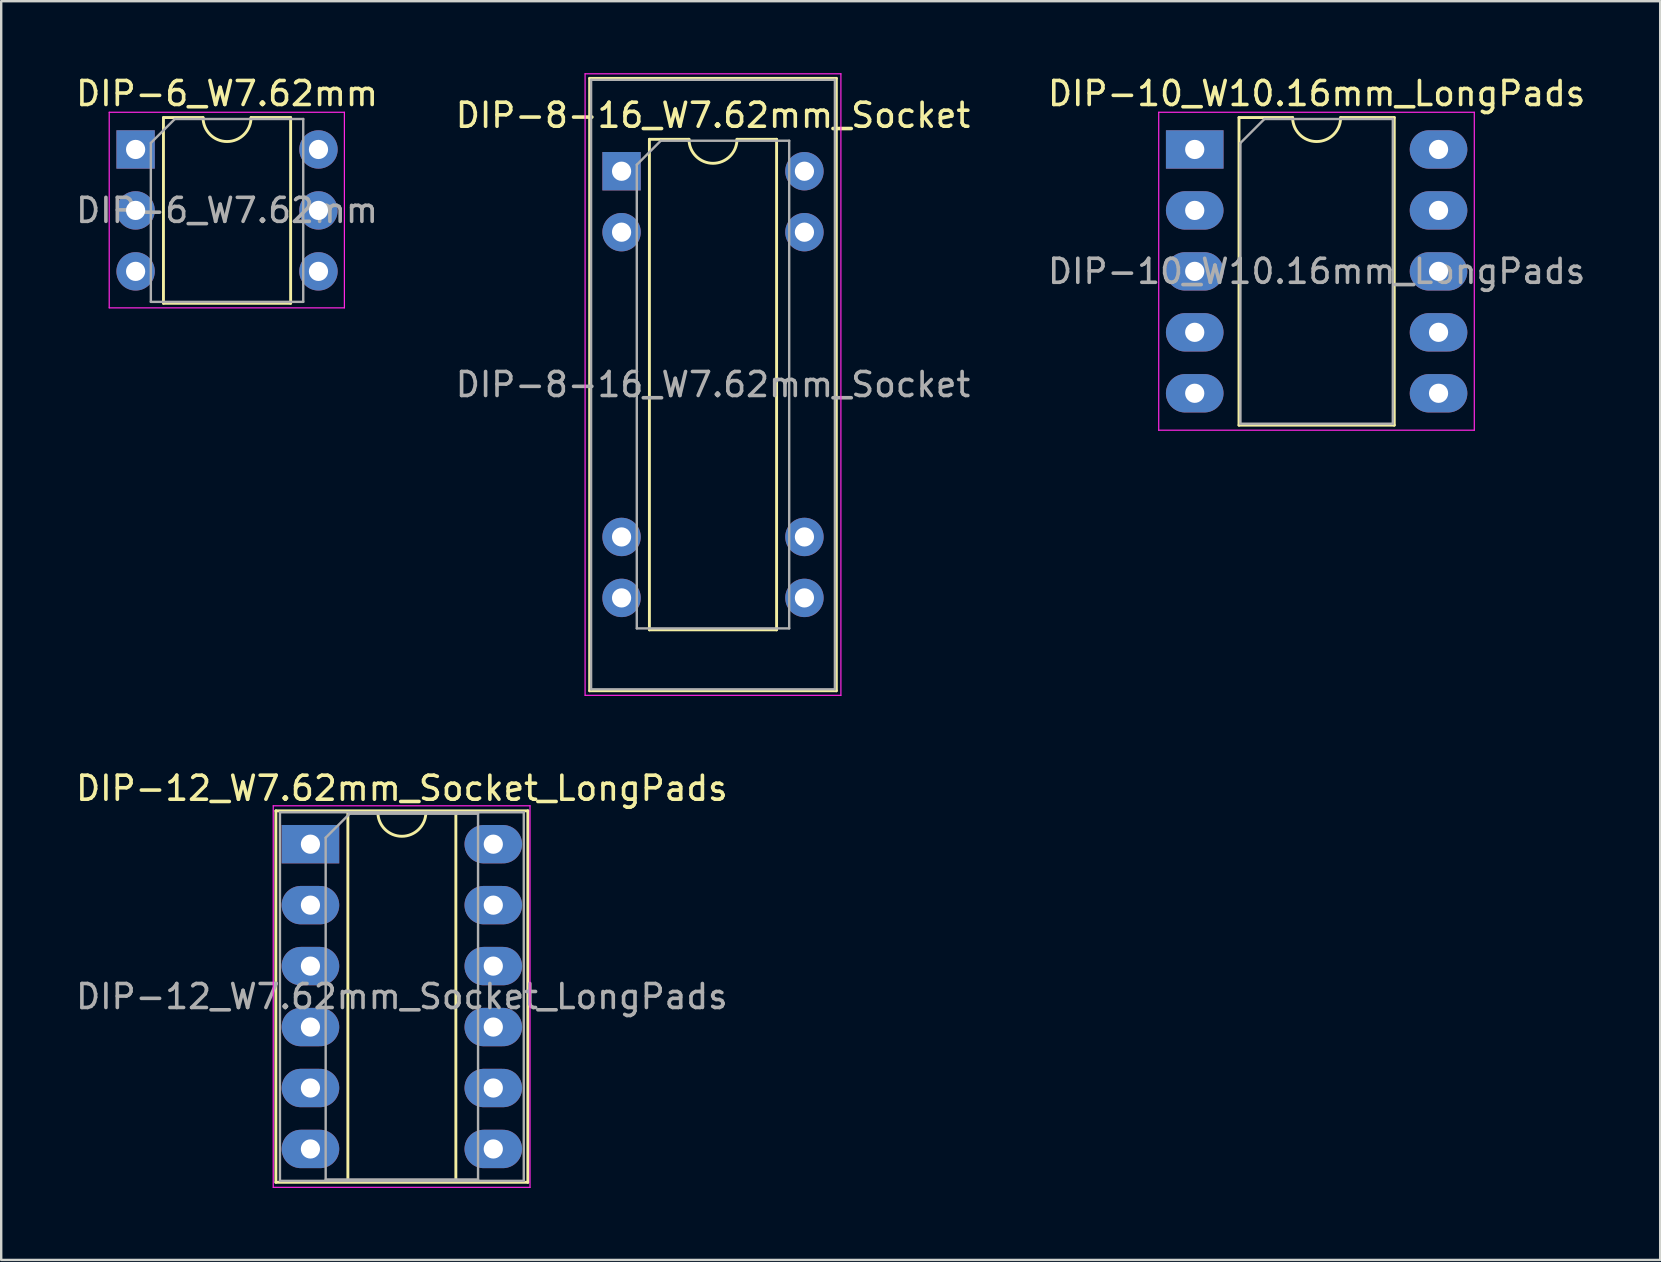
<source format=kicad_pcb>
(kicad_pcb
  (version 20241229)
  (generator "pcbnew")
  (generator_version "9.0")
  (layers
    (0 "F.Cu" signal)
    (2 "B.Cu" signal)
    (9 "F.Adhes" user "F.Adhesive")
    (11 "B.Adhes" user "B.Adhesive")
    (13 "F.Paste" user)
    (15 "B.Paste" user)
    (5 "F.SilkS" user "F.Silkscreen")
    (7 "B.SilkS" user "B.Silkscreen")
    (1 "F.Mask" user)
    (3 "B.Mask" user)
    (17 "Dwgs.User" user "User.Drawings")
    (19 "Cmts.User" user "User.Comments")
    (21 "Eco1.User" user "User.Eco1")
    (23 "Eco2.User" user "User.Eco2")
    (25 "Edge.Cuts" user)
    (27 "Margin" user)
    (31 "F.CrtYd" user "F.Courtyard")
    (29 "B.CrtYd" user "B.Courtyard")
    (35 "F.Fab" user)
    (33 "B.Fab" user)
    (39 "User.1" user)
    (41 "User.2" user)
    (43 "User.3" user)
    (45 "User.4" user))
  (footprint "DIP-6_W7.62mm"
    (layer "F.Cu")
    (at 2.601 3.178)
    (property "Reference" "DIP-6_W7.62mm" (at 3.81 -2.33 0) (layer "F.SilkS") (effects (font (size 1 1) (thickness 0.15))))
    (attr through_hole)
    (fp_line (start 1.16 -1.33) (end 1.16 6.41) (stroke (width 0.12) (type solid)) (layer "F.SilkS"))
    (fp_line (start 1.16 6.41) (end 6.46 6.41) (stroke (width 0.12) (type solid)) (layer "F.SilkS"))
    (fp_line (start 2.81 -1.33) (end 1.16 -1.33) (stroke (width 0.12) (type solid)) (layer "F.SilkS"))
    (fp_line (start 6.46 -1.33) (end 4.81 -1.33) (stroke (width 0.12) (type solid)) (layer "F.SilkS"))
    (fp_line (start 6.46 6.41) (end 6.46 -1.33) (stroke (width 0.12) (type solid)) (layer "F.SilkS"))
    (fp_arc (start 4.81 -1.33) (mid 3.81 -0.33) (end 2.81 -1.33) (stroke (width 0.12) (type solid)) (layer "F.SilkS"))
    (fp_line (start -1.1 -1.55) (end -1.1 6.6) (stroke (width 0.05) (type solid)) (layer "F.CrtYd"))
    (fp_line (start -1.1 6.6) (end 8.7 6.6) (stroke (width 0.05) (type solid)) (layer "F.CrtYd"))
    (fp_line (start 8.7 -1.55) (end -1.1 -1.55) (stroke (width 0.05) (type solid)) (layer "F.CrtYd"))
    (fp_line (start 8.7 6.6) (end 8.7 -1.55) (stroke (width 0.05) (type solid)) (layer "F.CrtYd"))
    (fp_line (start 0.635 -0.27) (end 1.635 -1.27) (stroke (width 0.1) (type solid)) (layer "F.Fab"))
    (fp_line (start 0.635 6.35) (end 0.635 -0.27) (stroke (width 0.1) (type solid)) (layer "F.Fab"))
    (fp_line (start 1.635 -1.27) (end 6.985 -1.27) (stroke (width 0.1) (type solid)) (layer "F.Fab"))
    (fp_line (start 6.985 -1.27) (end 6.985 6.35) (stroke (width 0.1) (type solid)) (layer "F.Fab"))
    (fp_line (start 6.985 6.35) (end 0.635 6.35) (stroke (width 0.1) (type solid)) (layer "F.Fab"))
    (fp_text user "${REFERENCE}" (at 3.81 2.54 0) (layer "F.Fab") (effects (font (size 1 1) (thickness 0.15))))
    (pad "1" thru_hole rect (at 0 0) (size 1.6 1.6) (drill 0.8) (layers "*.Cu" "*.Mask"))
    (pad "2" thru_hole oval (at 0 2.54) (size 1.6 1.6) (drill 0.8) (layers "*.Cu" "*.Mask"))
    (pad "3" thru_hole oval (at 0 5.08) (size 1.6 1.6) (drill 0.8) (layers "*.Cu" "*.Mask"))
    (pad "4" thru_hole oval (at 7.62 5.08) (size 1.6 1.6) (drill 0.8) (layers "*.Cu" "*.Mask"))
    (pad "5" thru_hole oval (at 7.62 2.54) (size 1.6 1.6) (drill 0.8) (layers "*.Cu" "*.Mask"))
    (pad "6" thru_hole oval (at 7.62 0) (size 1.6 1.6) (drill 0.8) (layers "*.Cu" "*.Mask")))
  (footprint "DIP-12_W7.62mm_Socket_LongPads"
    (layer "F.Cu")
    (at 9.886 32.128)
    (property "Reference" "DIP-12_W7.62mm_Socket_LongPads" (at 3.81 -2.33 0) (layer "F.SilkS") (effects (font (size 1 1) (thickness 0.15))))
    (attr through_hole)
    (fp_line (start -1.44 -1.39) (end -1.44 14.09) (stroke (width 0.12) (type solid)) (layer "F.SilkS"))
    (fp_line (start -1.44 14.09) (end 9.06 14.09) (stroke (width 0.12) (type solid)) (layer "F.SilkS"))
    (fp_line (start 1.56 -1.33) (end 1.56 14.03) (stroke (width 0.12) (type solid)) (layer "F.SilkS"))
    (fp_line (start 1.56 14.03) (end 6.06 14.03) (stroke (width 0.12) (type solid)) (layer "F.SilkS"))
    (fp_line (start 2.81 -1.33) (end 1.56 -1.33) (stroke (width 0.12) (type solid)) (layer "F.SilkS"))
    (fp_line (start 6.06 -1.33) (end 4.81 -1.33) (stroke (width 0.12) (type solid)) (layer "F.SilkS"))
    (fp_line (start 6.06 14.03) (end 6.06 -1.33) (stroke (width 0.12) (type solid)) (layer "F.SilkS"))
    (fp_line (start 9.06 -1.39) (end -1.44 -1.39) (stroke (width 0.12) (type solid)) (layer "F.SilkS"))
    (fp_line (start 9.06 14.09) (end 9.06 -1.39) (stroke (width 0.12) (type solid)) (layer "F.SilkS"))
    (fp_arc (start 4.81 -1.33) (mid 3.81 -0.33) (end 2.81 -1.33) (stroke (width 0.12) (type solid)) (layer "F.SilkS"))
    (fp_line (start -1.55 -1.6) (end -1.55 14.3) (stroke (width 0.05) (type solid)) (layer "F.CrtYd"))
    (fp_line (start -1.55 14.3) (end 9.15 14.3) (stroke (width 0.05) (type solid)) (layer "F.CrtYd"))
    (fp_line (start 9.15 -1.6) (end -1.55 -1.6) (stroke (width 0.05) (type solid)) (layer "F.CrtYd"))
    (fp_line (start 9.15 14.3) (end 9.15 -1.6) (stroke (width 0.05) (type solid)) (layer "F.CrtYd"))
    (fp_line (start -1.27 -1.33) (end -1.27 14.03) (stroke (width 0.1) (type solid)) (layer "F.Fab"))
    (fp_line (start -1.27 14.03) (end 8.89 14.03) (stroke (width 0.1) (type solid)) (layer "F.Fab"))
    (fp_line (start 0.635 -0.27) (end 1.635 -1.27) (stroke (width 0.1) (type solid)) (layer "F.Fab"))
    (fp_line (start 0.635 13.97) (end 0.635 -0.27) (stroke (width 0.1) (type solid)) (layer "F.Fab"))
    (fp_line (start 1.635 -1.27) (end 6.985 -1.27) (stroke (width 0.1) (type solid)) (layer "F.Fab"))
    (fp_line (start 6.985 -1.27) (end 6.985 13.97) (stroke (width 0.1) (type solid)) (layer "F.Fab"))
    (fp_line (start 6.985 13.97) (end 0.635 13.97) (stroke (width 0.1) (type solid)) (layer "F.Fab"))
    (fp_line (start 8.89 -1.33) (end -1.27 -1.33) (stroke (width 0.1) (type solid)) (layer "F.Fab"))
    (fp_line (start 8.89 14.03) (end 8.89 -1.33) (stroke (width 0.1) (type solid)) (layer "F.Fab"))
    (fp_text user "${REFERENCE}" (at 3.81 6.35 0) (layer "F.Fab") (effects (font (size 1 1) (thickness 0.15))))
    (pad "1" thru_hole rect (at 0 0) (size 2.4 1.6) (drill 0.8) (layers "*.Cu" "*.Mask"))
    (pad "2" thru_hole oval (at 0 2.54) (size 2.4 1.6) (drill 0.8) (layers "*.Cu" "*.Mask"))
    (pad "3" thru_hole oval (at 0 5.08) (size 2.4 1.6) (drill 0.8) (layers "*.Cu" "*.Mask"))
    (pad "4" thru_hole oval (at 0 7.62) (size 2.4 1.6) (drill 0.8) (layers "*.Cu" "*.Mask"))
    (pad "5" thru_hole oval (at 0 10.16) (size 2.4 1.6) (drill 0.8) (layers "*.Cu" "*.Mask"))
    (pad "6" thru_hole oval (at 0 12.7) (size 2.4 1.6) (drill 0.8) (layers "*.Cu" "*.Mask"))
    (pad "7" thru_hole oval (at 7.62 12.7) (size 2.4 1.6) (drill 0.8) (layers "*.Cu" "*.Mask"))
    (pad "8" thru_hole oval (at 7.62 10.16) (size 2.4 1.6) (drill 0.8) (layers "*.Cu" "*.Mask"))
    (pad "9" thru_hole oval (at 7.62 7.62) (size 2.4 1.6) (drill 0.8) (layers "*.Cu" "*.Mask"))
    (pad "10" thru_hole oval (at 7.62 5.08) (size 2.4 1.6) (drill 0.8) (layers "*.Cu" "*.Mask"))
    (pad "11" thru_hole oval (at 7.62 2.54) (size 2.4 1.6) (drill 0.8) (layers "*.Cu" "*.Mask"))
    (pad "12" thru_hole oval (at 7.62 0) (size 2.4 1.6) (drill 0.8) (layers "*.Cu" "*.Mask")))
  (footprint "DIP-8-16_W7.62mm_Socket"
    (layer "F.Cu")
    (at 22.851 4.085)
    (property "Reference" "DIP-8-16_W7.62mm_Socket" (at 3.81 -2.33 0) (layer "F.SilkS") (effects (font (size 1 1) (thickness 0.15))))
    (attr through_hole)
    (fp_line (start -1.33 -3.87) (end -1.33 21.65) (stroke (width 0.12) (type solid)) (layer "F.SilkS"))
    (fp_line (start -1.33 21.65) (end 8.95 21.65) (stroke (width 0.12) (type solid)) (layer "F.SilkS"))
    (fp_line (start 1.16 -1.33) (end 1.16 19.11) (stroke (width 0.12) (type solid)) (layer "F.SilkS"))
    (fp_line (start 1.16 19.11) (end 6.46 19.11) (stroke (width 0.12) (type solid)) (layer "F.SilkS"))
    (fp_line (start 2.81 -1.33) (end 1.16 -1.33) (stroke (width 0.12) (type solid)) (layer "F.SilkS"))
    (fp_line (start 6.46 -1.33) (end 4.81 -1.33) (stroke (width 0.12) (type solid)) (layer "F.SilkS"))
    (fp_line (start 6.46 19.11) (end 6.46 -1.33) (stroke (width 0.12) (type solid)) (layer "F.SilkS"))
    (fp_line (start 8.95 -3.87) (end -1.33 -3.87) (stroke (width 0.12) (type solid)) (layer "F.SilkS"))
    (fp_line (start 8.95 21.65) (end 8.95 -3.87) (stroke (width 0.12) (type solid)) (layer "F.SilkS"))
    (fp_arc (start 4.81 -1.33) (mid 3.81 -0.33) (end 2.81 -1.33) (stroke (width 0.12) (type solid)) (layer "F.SilkS"))
    (fp_line (start -1.52 -4.06) (end -1.52 21.84) (stroke (width 0.05) (type solid)) (layer "F.CrtYd"))
    (fp_line (start -1.52 21.84) (end 9.14 21.84) (stroke (width 0.05) (type solid)) (layer "F.CrtYd"))
    (fp_line (start 9.14 -4.06) (end -1.52 -4.06) (stroke (width 0.05) (type solid)) (layer "F.CrtYd"))
    (fp_line (start 9.14 21.84) (end 9.14 -4.06) (stroke (width 0.05) (type solid)) (layer "F.CrtYd"))
    (fp_line (start -1.27 -3.81) (end -1.27 21.59) (stroke (width 0.1) (type solid)) (layer "F.Fab"))
    (fp_line (start -1.27 21.59) (end 8.89 21.59) (stroke (width 0.1) (type solid)) (layer "F.Fab"))
    (fp_line (start 0.635 -0.27) (end 1.635 -1.27) (stroke (width 0.1) (type solid)) (layer "F.Fab"))
    (fp_line (start 0.635 19.05) (end 0.635 -0.27) (stroke (width 0.1) (type solid)) (layer "F.Fab"))
    (fp_line (start 1.635 -1.27) (end 6.985 -1.27) (stroke (width 0.1) (type solid)) (layer "F.Fab"))
    (fp_line (start 6.985 -1.27) (end 6.985 19.05) (stroke (width 0.1) (type solid)) (layer "F.Fab"))
    (fp_line (start 6.985 19.05) (end 0.635 19.05) (stroke (width 0.1) (type solid)) (layer "F.Fab"))
    (fp_line (start 8.89 -3.81) (end -1.27 -3.81) (stroke (width 0.1) (type solid)) (layer "F.Fab"))
    (fp_line (start 8.89 21.59) (end 8.89 -3.81) (stroke (width 0.1) (type solid)) (layer "F.Fab"))
    (fp_text user "${REFERENCE}" (at 3.81 8.89 0) (layer "F.Fab") (effects (font (size 1 1) (thickness 0.15))))
    (pad "1" thru_hole rect (at 0 0) (size 1.6 1.6) (drill 0.8) (layers "*.Cu" "*.Mask"))
    (pad "2" thru_hole circle (at 0 2.54) (size 1.6 1.6) (drill 0.8) (layers "*.Cu" "*.Mask"))
    (pad "3" thru_hole circle (at 0 15.24) (size 1.6 1.6) (drill 0.8) (layers "*.Cu" "*.Mask"))
    (pad "4" thru_hole circle (at 0 17.78) (size 1.6 1.6) (drill 0.8) (layers "*.Cu" "*.Mask"))
    (pad "5" thru_hole circle (at 7.62 17.78) (size 1.6 1.6) (drill 0.8) (layers "*.Cu" "*.Mask"))
    (pad "6" thru_hole circle (at 7.62 15.24) (size 1.6 1.6) (drill 0.8) (layers "*.Cu" "*.Mask"))
    (pad "7" thru_hole circle (at 7.62 2.54) (size 1.6 1.6) (drill 0.8) (layers "*.Cu" "*.Mask"))
    (pad "8" thru_hole circle (at 7.62 0) (size 1.6 1.6) (drill 0.8) (layers "*.Cu" "*.Mask")))
  (footprint "DIP-10_W10.16mm_LongPads"
    (layer "F.Cu")
    (at 46.735 3.178)
    (property "Reference" "DIP-10_W10.16mm_LongPads" (at 5.08 -2.33 0) (layer "F.SilkS") (effects (font (size 1 1) (thickness 0.15))))
    (attr through_hole)
    (fp_line (start 1.845 -1.33) (end 1.845 11.49) (stroke (width 0.12) (type solid)) (layer "F.SilkS"))
    (fp_line (start 1.845 11.49) (end 8.315 11.49) (stroke (width 0.12) (type solid)) (layer "F.SilkS"))
    (fp_line (start 4.08 -1.33) (end 1.845 -1.33) (stroke (width 0.12) (type solid)) (layer "F.SilkS"))
    (fp_line (start 8.315 -1.33) (end 6.08 -1.33) (stroke (width 0.12) (type solid)) (layer "F.SilkS"))
    (fp_line (start 8.315 11.49) (end 8.315 -1.33) (stroke (width 0.12) (type solid)) (layer "F.SilkS"))
    (fp_arc (start 6.08 -1.33) (mid 5.08 -0.33) (end 4.08 -1.33) (stroke (width 0.12) (type solid)) (layer "F.SilkS"))
    (fp_line (start -1.5 -1.55) (end -1.5 11.7) (stroke (width 0.05) (type solid)) (layer "F.CrtYd"))
    (fp_line (start -1.5 11.7) (end 11.65 11.7) (stroke (width 0.05) (type solid)) (layer "F.CrtYd"))
    (fp_line (start 11.65 -1.55) (end -1.5 -1.55) (stroke (width 0.05) (type solid)) (layer "F.CrtYd"))
    (fp_line (start 11.65 11.7) (end 11.65 -1.55) (stroke (width 0.05) (type solid)) (layer "F.CrtYd"))
    (fp_line (start 1.905 -0.27) (end 2.905 -1.27) (stroke (width 0.1) (type solid)) (layer "F.Fab"))
    (fp_line (start 1.905 11.43) (end 1.905 -0.27) (stroke (width 0.1) (type solid)) (layer "F.Fab"))
    (fp_line (start 2.905 -1.27) (end 8.255 -1.27) (stroke (width 0.1) (type solid)) (layer "F.Fab"))
    (fp_line (start 8.255 -1.27) (end 8.255 11.43) (stroke (width 0.1) (type solid)) (layer "F.Fab"))
    (fp_line (start 8.255 11.43) (end 1.905 11.43) (stroke (width 0.1) (type solid)) (layer "F.Fab"))
    (fp_text user "${REFERENCE}" (at 5.08 5.08 0) (layer "F.Fab") (effects (font (size 1 1) (thickness 0.15))))
    (pad "1" thru_hole rect (at 0 0) (size 2.4 1.6) (drill 0.8) (layers "*.Cu" "*.Mask"))
    (pad "2" thru_hole oval (at 0 2.54) (size 2.4 1.6) (drill 0.8) (layers "*.Cu" "*.Mask"))
    (pad "3" thru_hole oval (at 0 5.08) (size 2.4 1.6) (drill 0.8) (layers "*.Cu" "*.Mask"))
    (pad "4" thru_hole oval (at 0 7.62) (size 2.4 1.6) (drill 0.8) (layers "*.Cu" "*.Mask"))
    (pad "5" thru_hole oval (at 0 10.16) (size 2.4 1.6) (drill 0.8) (layers "*.Cu" "*.Mask"))
    (pad "6" thru_hole oval (at 10.16 10.16) (size 2.4 1.6) (drill 0.8) (layers "*.Cu" "*.Mask"))
    (pad "7" thru_hole oval (at 10.16 7.62) (size 2.4 1.6) (drill 0.8) (layers "*.Cu" "*.Mask"))
    (pad "8" thru_hole oval (at 10.16 5.08) (size 2.4 1.6) (drill 0.8) (layers "*.Cu" "*.Mask"))
    (pad "9" thru_hole oval (at 10.16 2.54) (size 2.4 1.6) (drill 0.8) (layers "*.Cu" "*.Mask"))
    (pad "10" thru_hole oval (at 10.16 0) (size 2.4 1.6) (drill 0.8) (layers "*.Cu" "*.Mask")))
  (gr_rect
    (start -3 -3)
    (end 66.131 49.453)
    (stroke (width 0.1) (type default))
    (fill no)
    (layer "Edge.Cuts")))
</source>
